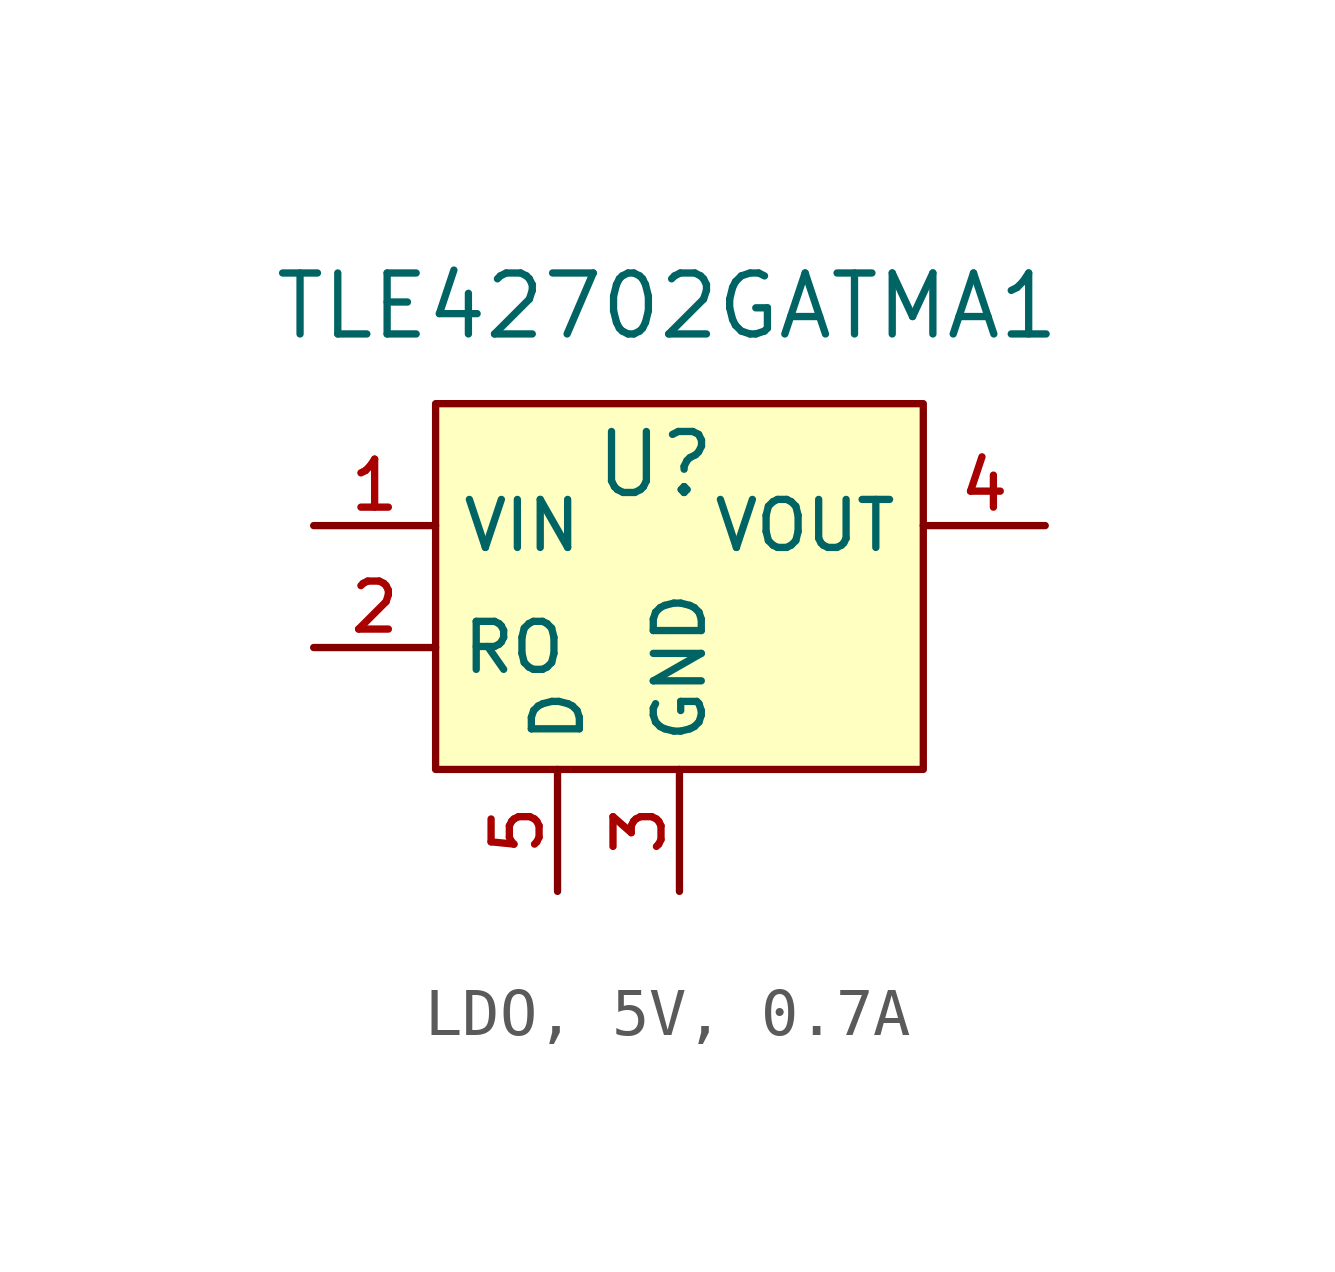
<source format=kicad_sym>
(kicad_symbol_lib
  (version 20231120)
  (generator "CDFER_Archive_Tool")
  (generator_version "0.0")
  (symbol "LDO, 5V, 0.7A"
    (property "Reference" "U"
      (at -0.508 3.81 0)
      (effects (font (size 1.27 1.27))))
    (property "Value" "TLE42702GATMA1"
      (at -0.254 7.112 0)
      (effects (font (size 1.27 1.27))))
    (symbol "LDO, 5V, 0.7A_0_1"
      (rectangle (start -5.08 5.08) (end 5.08 -2.54) (stroke (width 0) (type default)) (fill (type background)))
      (pin unspecified line (at -7.62 0 0) (length 2.54) (name "RO" (effects (font (size 1 1)))) (number "2" (effects (font (size 1 1)))))
      (pin unspecified line (at 0 -5.08 90) (length 2.54) (name "GND" (effects (font (size 1 1)))) (number "3" (effects (font (size 1 1)))))
      (pin unspecified line (at -2.54 -5.08 90) (length 2.54) (name "D" (effects (font (size 1 1)))) (number "5" (effects (font (size 1 1))))))
    (symbol "LDO, 5V, 0.7A_1_1"
      (pin unspecified line (at -7.62 2.54 0) (length 2.54) (name "VIN" (effects (font (size 1 1)))) (number "1" (effects (font (size 1 1)))))
      (pin unspecified line (at 7.62 2.54 180) (length 2.54) (name "VOUT" (effects (font (size 1 1)))) (number "4" (effects (font (size 1 1)))))
      (pin unspecified line (at 0 -5.08 90) (length 2.54) hide (name "GND" (effects (font (size 1 1)))) (number "6" (effects (font (size 1 1))))))))
</source>
